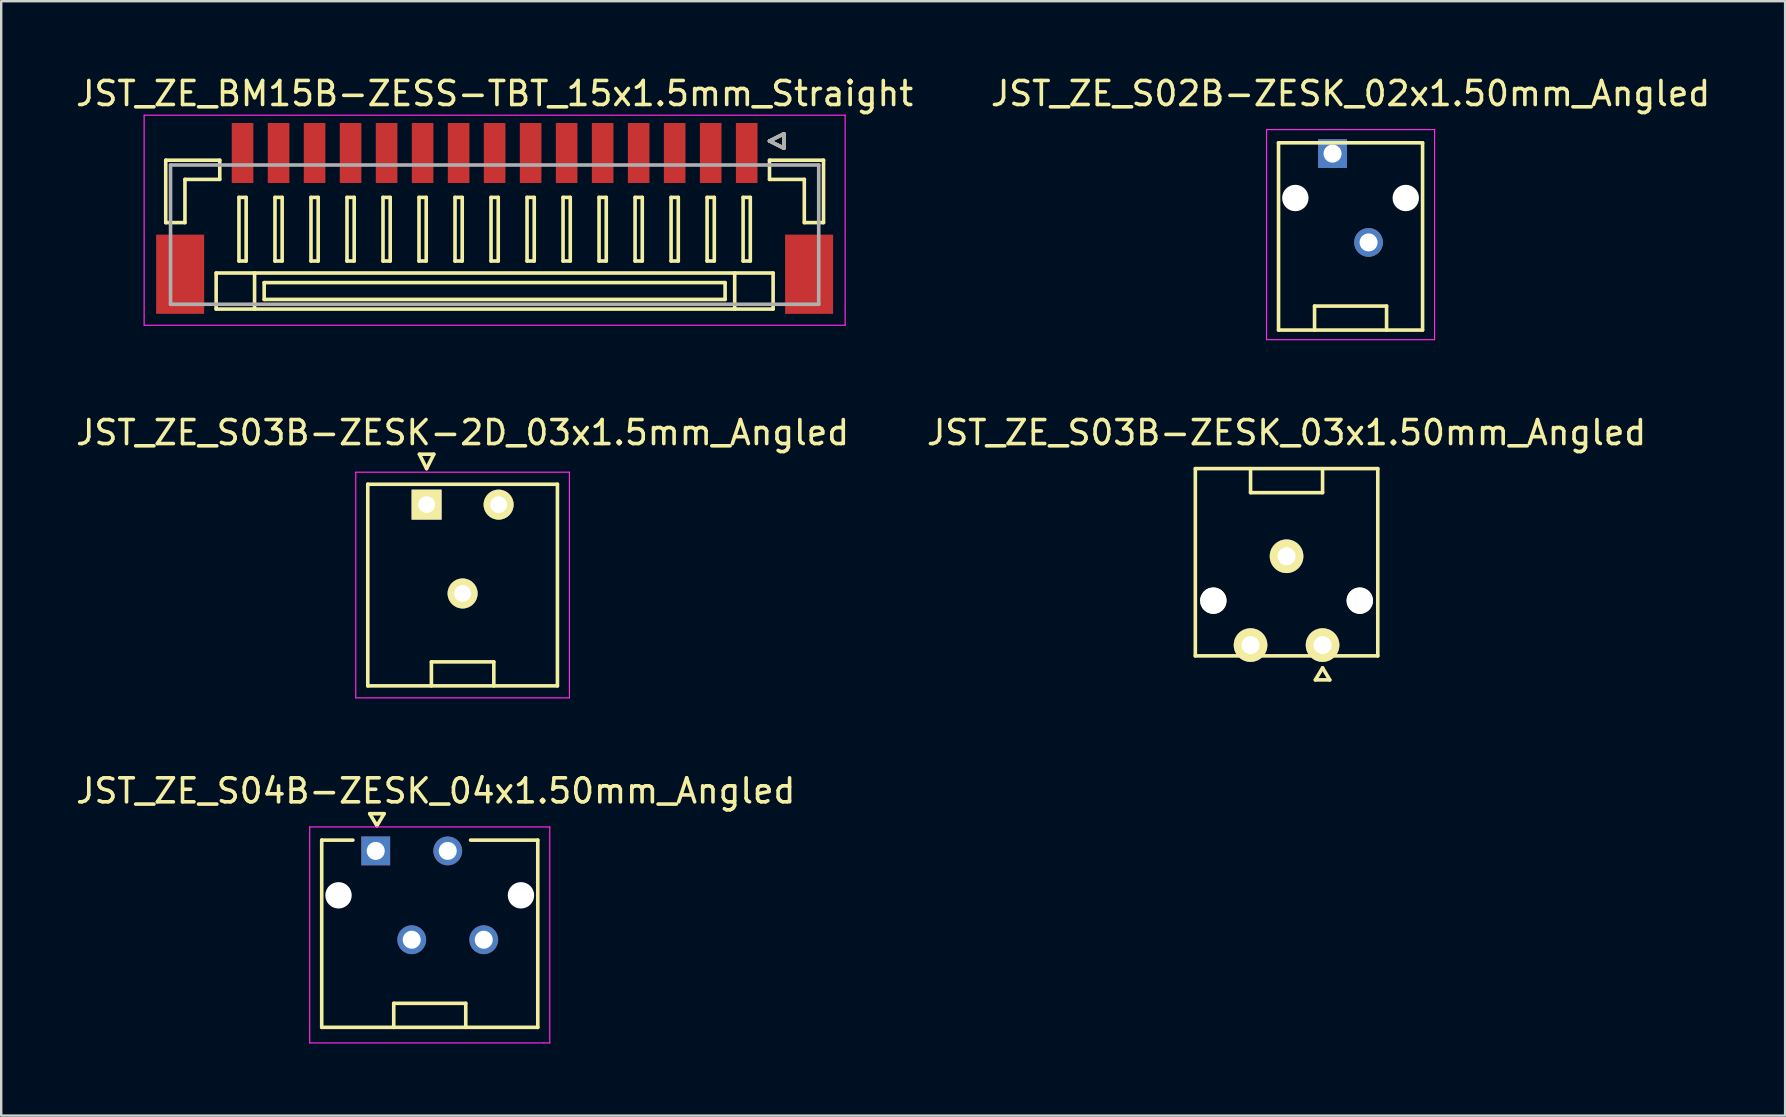
<source format=kicad_pcb>
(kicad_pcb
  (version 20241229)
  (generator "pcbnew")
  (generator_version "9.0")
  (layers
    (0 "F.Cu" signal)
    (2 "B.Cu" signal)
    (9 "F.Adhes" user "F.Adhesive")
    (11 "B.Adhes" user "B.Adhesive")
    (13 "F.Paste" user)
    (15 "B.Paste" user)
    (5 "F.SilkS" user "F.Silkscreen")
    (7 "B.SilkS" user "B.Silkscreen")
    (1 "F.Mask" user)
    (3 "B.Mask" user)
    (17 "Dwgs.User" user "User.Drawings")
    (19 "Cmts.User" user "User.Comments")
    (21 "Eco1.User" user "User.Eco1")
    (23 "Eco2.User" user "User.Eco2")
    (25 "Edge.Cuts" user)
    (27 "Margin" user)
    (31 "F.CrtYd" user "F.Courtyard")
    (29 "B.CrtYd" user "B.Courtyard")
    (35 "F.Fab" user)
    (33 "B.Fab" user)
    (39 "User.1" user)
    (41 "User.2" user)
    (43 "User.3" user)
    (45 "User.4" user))
  (footprint "JST_ZE_S04B-ZESK_04x1.50mm_Angled"
    (layer "F.Cu")
    (at 12.601 32.395)
    (property "Reference" "JST_ZE_S04B-ZESK_04x1.50mm_Angled" (at 2.5 -2.5 180) (layer "F.SilkS") (effects (font (size 1 1) (thickness 0.15))))
    (attr through_hole)
    (fp_line (start -2.25 -0.45) (end -2.25 7.35) (stroke (width 0.15) (type solid)) (layer "F.SilkS"))
    (fp_line (start -2.25 7.35) (end 6.75 7.35) (stroke (width 0.15) (type solid)) (layer "F.SilkS"))
    (fp_line (start -0.95 -0.45) (end -2.25 -0.45) (stroke (width 0.15) (type solid)) (layer "F.SilkS"))
    (fp_line (start -0.25 -1.55) (end 0.35 -1.55) (stroke (width 0.15) (type solid)) (layer "F.SilkS"))
    (fp_line (start 0.05 -1.05) (end -0.25 -1.55) (stroke (width 0.15) (type solid)) (layer "F.SilkS"))
    (fp_line (start 0.35 -1.55) (end 0.05 -1.05) (stroke (width 0.15) (type solid)) (layer "F.SilkS"))
    (fp_line (start 0.75 6.35) (end 3.75 6.35) (stroke (width 0.15) (type solid)) (layer "F.SilkS"))
    (fp_line (start 0.75 7.35) (end 0.75 6.35) (stroke (width 0.15) (type solid)) (layer "F.SilkS"))
    (fp_line (start 3.75 6.35) (end 3.75 7.35) (stroke (width 0.15) (type solid)) (layer "F.SilkS"))
    (fp_line (start 6.75 -0.45) (end 3.95 -0.45) (stroke (width 0.15) (type solid)) (layer "F.SilkS"))
    (fp_line (start 6.75 7.35) (end 6.75 -0.45) (stroke (width 0.15) (type solid)) (layer "F.SilkS"))
    (fp_line (start -2.75 -1) (end -2.75 8) (stroke (width 0.05) (type solid)) (layer "F.CrtYd"))
    (fp_line (start -2.75 8) (end 7 8) (stroke (width 0.05) (type solid)) (layer "F.CrtYd"))
    (fp_line (start 7 8) (end 7.25 8) (stroke (width 0.05) (type solid)) (layer "F.CrtYd"))
    (fp_line (start 7.25 -1) (end -2.75 -1) (stroke (width 0.05) (type solid)) (layer "F.CrtYd"))
    (fp_line (start 7.25 8) (end 7.25 -1) (stroke (width 0.05) (type solid)) (layer "F.CrtYd"))
    (pad "" np_thru_hole circle (at -1.55 1.85 180) (size 1.1 1.1) (drill 1.1) (layers "*.Cu" "*.Mask"))
    (pad "" np_thru_hole circle (at 6.05 1.85 180) (size 1.1 1.1) (drill 1.1) (layers "*.Cu" "*.Mask"))
    (pad "1" thru_hole rect (at 0 0 180) (size 1.2 1.2) (drill 0.75) (layers "*.Cu" "*.Mask"))
    (pad "2" thru_hole circle (at 1.5 3.7 180) (size 1.2 1.2) (drill 0.75) (layers "*.Cu" "*.Mask"))
    (pad "3" thru_hole circle (at 3 0 180) (size 1.2 1.2) (drill 0.75) (layers "*.Cu" "*.Mask"))
    (pad "4" thru_hole circle (at 4.5 3.7 180) (size 1.2 1.2) (drill 0.75) (layers "*.Cu" "*.Mask")))
  (footprint "JST_ZE_S03B-ZESK_03x1.50mm_Angled"
    (layer "F.Cu")
    (at 50.542 21.971)
    (property "Reference" "JST_ZE_S03B-ZESK_03x1.50mm_Angled" (at 0 -7 0) (layer "F.SilkS") (effects (font (size 1 1) (thickness 0.15))))
    (attr through_hole)
    (fp_line (start -3.8 2.3) (end -3.8 -5.5) (stroke (width 0.15) (type solid)) (layer "F.SilkS"))
    (fp_line (start -1.5 -4.5) (end -1.5 -5.5) (stroke (width 0.15) (type solid)) (layer "F.SilkS"))
    (fp_line (start 1.2 3.3) (end 1.5 2.8) (stroke (width 0.15) (type solid)) (layer "F.SilkS"))
    (fp_line (start 1.5 -5.5) (end 1.5 -4.5) (stroke (width 0.15) (type solid)) (layer "F.SilkS"))
    (fp_line (start 1.5 -4.5) (end -1.5 -4.5) (stroke (width 0.15) (type solid)) (layer "F.SilkS"))
    (fp_line (start 1.5 2.8) (end 1.8 3.3) (stroke (width 0.15) (type solid)) (layer "F.SilkS"))
    (fp_line (start 1.8 3.3) (end 1.2 3.3) (stroke (width 0.15) (type solid)) (layer "F.SilkS"))
    (fp_line (start 3.8 -5.5) (end -3.8 -5.5) (stroke (width 0.15) (type solid)) (layer "F.SilkS"))
    (fp_line (start 3.8 -5.5) (end 3.8 2.3) (stroke (width 0.15) (type solid)) (layer "F.SilkS"))
    (fp_line (start 3.8 2.3) (end -3.8 2.3) (stroke (width 0.15) (type solid)) (layer "F.SilkS"))
    (pad "" np_thru_hole circle (at -3.05 0) (size 1.1 1.1) (drill 1.1) (layers "*.Cu" "*.Mask" "F.SilkS"))
    (pad "" np_thru_hole circle (at 3.05 0) (size 1.1 1.1) (drill 1.1) (layers "*.Cu" "*.Mask" "F.SilkS"))
    (pad "1" thru_hole circle (at 1.5 1.85) (size 1.4 1.4) (drill 0.75) (layers "*.Cu" "*.Mask" "F.SilkS"))
    (pad "2" thru_hole circle (at 0 -1.85) (size 1.4 1.4) (drill 0.75) (layers "*.Cu" "*.Mask" "F.SilkS"))
    (pad "3" thru_hole circle (at -1.5 1.85) (size 1.4 1.4) (drill 0.75) (layers "*.Cu" "*.Mask" "F.SilkS")))
  (footprint "JST_ZE_BM15B-ZESS-TBT_15x1.5mm_Straight"
    (layer "F.Cu")
    (at 17.554 5.848)
    (property "Reference" "JST_ZE_BM15B-ZESS-TBT_15x1.5mm_Straight" (at 0 -5 0) (layer "F.SilkS") (effects (font (size 1 1) (thickness 0.15))))
    (attr smd)
    (fp_line (start -13.7 -2.225) (end -13.7 0.375) (stroke (width 0.15) (type solid)) (layer "F.SilkS"))
    (fp_line (start -13.7 0.375) (end -12.9 0.375) (stroke (width 0.15) (type solid)) (layer "F.SilkS"))
    (fp_line (start -12.9 -1.425) (end -11.45 -1.425) (stroke (width 0.15) (type solid)) (layer "F.SilkS"))
    (fp_line (start -12.9 0.375) (end -12.9 -1.425) (stroke (width 0.15) (type solid)) (layer "F.SilkS"))
    (fp_line (start -11.6 2.475) (end -11.6 3.975) (stroke (width 0.15) (type solid)) (layer "F.SilkS"))
    (fp_line (start -11.6 3.975) (end 11.6 3.975) (stroke (width 0.15) (type solid)) (layer "F.SilkS"))
    (fp_line (start -11.45 -2.225) (end -13.7 -2.225) (stroke (width 0.15) (type solid)) (layer "F.SilkS"))
    (fp_line (start -11.45 -1.425) (end -11.45 -2.225) (stroke (width 0.15) (type solid)) (layer "F.SilkS"))
    (fp_line (start -10.65 -0.675) (end -10.65 1.975) (stroke (width 0.15) (type solid)) (layer "F.SilkS"))
    (fp_line (start -10.65 1.975) (end -10.35 1.975) (stroke (width 0.15) (type solid)) (layer "F.SilkS"))
    (fp_line (start -10.35 -0.675) (end -10.65 -0.675) (stroke (width 0.15) (type solid)) (layer "F.SilkS"))
    (fp_line (start -10.35 1.975) (end -10.35 -0.675) (stroke (width 0.15) (type solid)) (layer "F.SilkS"))
    (fp_line (start -10 2.475) (end -10 3.975) (stroke (width 0.15) (type solid)) (layer "F.SilkS"))
    (fp_line (start -9.6 2.875) (end -9.6 3.575) (stroke (width 0.15) (type solid)) (layer "F.SilkS"))
    (fp_line (start -9.6 3.575) (end 9.6 3.575) (stroke (width 0.15) (type solid)) (layer "F.SilkS"))
    (fp_line (start -9.15 -0.675) (end -9.15 1.975) (stroke (width 0.15) (type solid)) (layer "F.SilkS"))
    (fp_line (start -9.15 1.975) (end -8.85 1.975) (stroke (width 0.15) (type solid)) (layer "F.SilkS"))
    (fp_line (start -8.85 -0.675) (end -9.15 -0.675) (stroke (width 0.15) (type solid)) (layer "F.SilkS"))
    (fp_line (start -8.85 1.975) (end -8.85 -0.675) (stroke (width 0.15) (type solid)) (layer "F.SilkS"))
    (fp_line (start -7.65 -0.675) (end -7.65 1.975) (stroke (width 0.15) (type solid)) (layer "F.SilkS"))
    (fp_line (start -7.65 1.975) (end -7.35 1.975) (stroke (width 0.15) (type solid)) (layer "F.SilkS"))
    (fp_line (start -7.35 -0.675) (end -7.65 -0.675) (stroke (width 0.15) (type solid)) (layer "F.SilkS"))
    (fp_line (start -7.35 1.975) (end -7.35 -0.675) (stroke (width 0.15) (type solid)) (layer "F.SilkS"))
    (fp_line (start -6.15 -0.675) (end -6.15 1.975) (stroke (width 0.15) (type solid)) (layer "F.SilkS"))
    (fp_line (start -6.15 1.975) (end -5.85 1.975) (stroke (width 0.15) (type solid)) (layer "F.SilkS"))
    (fp_line (start -5.85 -0.675) (end -6.15 -0.675) (stroke (width 0.15) (type solid)) (layer "F.SilkS"))
    (fp_line (start -5.85 1.975) (end -5.85 -0.675) (stroke (width 0.15) (type solid)) (layer "F.SilkS"))
    (fp_line (start -4.65 -0.675) (end -4.65 1.975) (stroke (width 0.15) (type solid)) (layer "F.SilkS"))
    (fp_line (start -4.65 1.975) (end -4.35 1.975) (stroke (width 0.15) (type solid)) (layer "F.SilkS"))
    (fp_line (start -4.35 -0.675) (end -4.65 -0.675) (stroke (width 0.15) (type solid)) (layer "F.SilkS"))
    (fp_line (start -4.35 1.975) (end -4.35 -0.675) (stroke (width 0.15) (type solid)) (layer "F.SilkS"))
    (fp_line (start -3.15 -0.675) (end -3.15 1.975) (stroke (width 0.15) (type solid)) (layer "F.SilkS"))
    (fp_line (start -3.15 1.975) (end -2.85 1.975) (stroke (width 0.15) (type solid)) (layer "F.SilkS"))
    (fp_line (start -2.85 -0.675) (end -3.15 -0.675) (stroke (width 0.15) (type solid)) (layer "F.SilkS"))
    (fp_line (start -2.85 1.975) (end -2.85 -0.675) (stroke (width 0.15) (type solid)) (layer "F.SilkS"))
    (fp_line (start -1.65 -0.675) (end -1.65 1.975) (stroke (width 0.15) (type solid)) (layer "F.SilkS"))
    (fp_line (start -1.65 1.975) (end -1.35 1.975) (stroke (width 0.15) (type solid)) (layer "F.SilkS"))
    (fp_line (start -1.35 -0.675) (end -1.65 -0.675) (stroke (width 0.15) (type solid)) (layer "F.SilkS"))
    (fp_line (start -1.35 1.975) (end -1.35 -0.675) (stroke (width 0.15) (type solid)) (layer "F.SilkS"))
    (fp_line (start -0.15 -0.675) (end -0.15 1.975) (stroke (width 0.15) (type solid)) (layer "F.SilkS"))
    (fp_line (start -0.15 1.975) (end 0.15 1.975) (stroke (width 0.15) (type solid)) (layer "F.SilkS"))
    (fp_line (start 0.15 -0.675) (end -0.15 -0.675) (stroke (width 0.15) (type solid)) (layer "F.SilkS"))
    (fp_line (start 0.15 1.975) (end 0.15 -0.675) (stroke (width 0.15) (type solid)) (layer "F.SilkS"))
    (fp_line (start 1.35 -0.675) (end 1.35 1.975) (stroke (width 0.15) (type solid)) (layer "F.SilkS"))
    (fp_line (start 1.35 1.975) (end 1.65 1.975) (stroke (width 0.15) (type solid)) (layer "F.SilkS"))
    (fp_line (start 1.65 -0.675) (end 1.35 -0.675) (stroke (width 0.15) (type solid)) (layer "F.SilkS"))
    (fp_line (start 1.65 1.975) (end 1.65 -0.675) (stroke (width 0.15) (type solid)) (layer "F.SilkS"))
    (fp_line (start 2.85 -0.675) (end 2.85 1.975) (stroke (width 0.15) (type solid)) (layer "F.SilkS"))
    (fp_line (start 2.85 1.975) (end 3.15 1.975) (stroke (width 0.15) (type solid)) (layer "F.SilkS"))
    (fp_line (start 3.15 -0.675) (end 2.85 -0.675) (stroke (width 0.15) (type solid)) (layer "F.SilkS"))
    (fp_line (start 3.15 1.975) (end 3.15 -0.675) (stroke (width 0.15) (type solid)) (layer "F.SilkS"))
    (fp_line (start 4.35 -0.675) (end 4.35 1.975) (stroke (width 0.15) (type solid)) (layer "F.SilkS"))
    (fp_line (start 4.35 1.975) (end 4.65 1.975) (stroke (width 0.15) (type solid)) (layer "F.SilkS"))
    (fp_line (start 4.65 -0.675) (end 4.35 -0.675) (stroke (width 0.15) (type solid)) (layer "F.SilkS"))
    (fp_line (start 4.65 1.975) (end 4.65 -0.675) (stroke (width 0.15) (type solid)) (layer "F.SilkS"))
    (fp_line (start 5.85 -0.675) (end 5.85 1.975) (stroke (width 0.15) (type solid)) (layer "F.SilkS"))
    (fp_line (start 5.85 1.975) (end 6.15 1.975) (stroke (width 0.15) (type solid)) (layer "F.SilkS"))
    (fp_line (start 6.15 -0.675) (end 5.85 -0.675) (stroke (width 0.15) (type solid)) (layer "F.SilkS"))
    (fp_line (start 6.15 1.975) (end 6.15 -0.675) (stroke (width 0.15) (type solid)) (layer "F.SilkS"))
    (fp_line (start 7.35 -0.675) (end 7.35 1.975) (stroke (width 0.15) (type solid)) (layer "F.SilkS"))
    (fp_line (start 7.35 1.975) (end 7.65 1.975) (stroke (width 0.15) (type solid)) (layer "F.SilkS"))
    (fp_line (start 7.65 -0.675) (end 7.35 -0.675) (stroke (width 0.15) (type solid)) (layer "F.SilkS"))
    (fp_line (start 7.65 1.975) (end 7.65 -0.675) (stroke (width 0.15) (type solid)) (layer "F.SilkS"))
    (fp_line (start 8.85 -0.675) (end 8.85 1.975) (stroke (width 0.15) (type solid)) (layer "F.SilkS"))
    (fp_line (start 8.85 1.975) (end 9.15 1.975) (stroke (width 0.15) (type solid)) (layer "F.SilkS"))
    (fp_line (start 9.15 -0.675) (end 8.85 -0.675) (stroke (width 0.15) (type solid)) (layer "F.SilkS"))
    (fp_line (start 9.15 1.975) (end 9.15 -0.675) (stroke (width 0.15) (type solid)) (layer "F.SilkS"))
    (fp_line (start 9.6 2.875) (end -9.6 2.875) (stroke (width 0.15) (type solid)) (layer "F.SilkS"))
    (fp_line (start 9.6 3.575) (end 9.6 2.875) (stroke (width 0.15) (type solid)) (layer "F.SilkS"))
    (fp_line (start 10 2.475) (end 10 3.975) (stroke (width 0.15) (type solid)) (layer "F.SilkS"))
    (fp_line (start 10.35 -0.675) (end 10.35 1.975) (stroke (width 0.15) (type solid)) (layer "F.SilkS"))
    (fp_line (start 10.35 1.975) (end 10.65 1.975) (stroke (width 0.15) (type solid)) (layer "F.SilkS"))
    (fp_line (start 10.65 -0.675) (end 10.35 -0.675) (stroke (width 0.15) (type solid)) (layer "F.SilkS"))
    (fp_line (start 10.65 1.975) (end 10.65 -0.675) (stroke (width 0.15) (type solid)) (layer "F.SilkS"))
    (fp_line (start 11.45 -3.025) (end 12.05 -3.325) (stroke (width 0.15) (type solid)) (layer "F.SilkS"))
    (fp_line (start 11.45 -2.225) (end 13.7 -2.225) (stroke (width 0.15) (type solid)) (layer "F.SilkS"))
    (fp_line (start 11.45 -1.425) (end 11.45 -2.225) (stroke (width 0.15) (type solid)) (layer "F.SilkS"))
    (fp_line (start 11.6 2.475) (end -11.6 2.475) (stroke (width 0.15) (type solid)) (layer "F.SilkS"))
    (fp_line (start 11.6 3.975) (end 11.6 2.475) (stroke (width 0.15) (type solid)) (layer "F.SilkS"))
    (fp_line (start 12.05 -3.325) (end 12.05 -2.725) (stroke (width 0.15) (type solid)) (layer "F.SilkS"))
    (fp_line (start 12.05 -2.725) (end 11.45 -3.025) (stroke (width 0.15) (type solid)) (layer "F.SilkS"))
    (fp_line (start 12.9 -1.425) (end 11.45 -1.425) (stroke (width 0.15) (type solid)) (layer "F.SilkS"))
    (fp_line (start 12.9 0.375) (end 12.9 -1.425) (stroke (width 0.15) (type solid)) (layer "F.SilkS"))
    (fp_line (start 13.7 -2.225) (end 13.7 0.375) (stroke (width 0.15) (type solid)) (layer "F.SilkS"))
    (fp_line (start 13.7 0.375) (end 12.9 0.375) (stroke (width 0.15) (type solid)) (layer "F.SilkS"))
    (fp_line (start -14.6 -4.1) (end -14.6 4.65) (stroke (width 0.05) (type solid)) (layer "F.CrtYd"))
    (fp_line (start -14.6 4.65) (end 14.6 4.65) (stroke (width 0.05) (type solid)) (layer "F.CrtYd"))
    (fp_line (start 14.6 -4.1) (end -14.6 -4.1) (stroke (width 0.05) (type solid)) (layer "F.CrtYd"))
    (fp_line (start 14.6 4.65) (end 14.6 -4.1) (stroke (width 0.05) (type solid)) (layer "F.CrtYd"))
    (fp_line (start -13.5 -2.025) (end -13.5 3.775) (stroke (width 0.15) (type solid)) (layer "F.Fab"))
    (fp_line (start -13.5 3.775) (end 13.5 3.775) (stroke (width 0.15) (type solid)) (layer "F.Fab"))
    (fp_line (start 11.45 -3.025) (end 12.05 -3.325) (stroke (width 0.15) (type solid)) (layer "F.Fab"))
    (fp_line (start 12.05 -3.325) (end 12.05 -2.725) (stroke (width 0.15) (type solid)) (layer "F.Fab"))
    (fp_line (start 12.05 -2.725) (end 11.45 -3.025) (stroke (width 0.15) (type solid)) (layer "F.Fab"))
    (fp_line (start 13.5 -2.025) (end -13.5 -2.025) (stroke (width 0.15) (type solid)) (layer "F.Fab"))
    (fp_line (start 13.5 3.775) (end 13.5 -2.025) (stroke (width 0.15) (type solid)) (layer "F.Fab"))
    (pad "" smd rect (at -13.1 2.525) (size 2 3.3) (layers "F.Cu" "F.Mask" "F.Paste"))
    (pad "" smd rect (at 13.1 2.525) (size 2 3.3) (layers "F.Cu" "F.Mask" "F.Paste"))
    (pad "1" smd rect (at 10.5 -2.525) (size 0.9 2.5) (layers "F.Cu" "F.Mask" "F.Paste"))
    (pad "2" smd rect (at 9 -2.525) (size 0.9 2.5) (layers "F.Cu" "F.Mask" "F.Paste"))
    (pad "3" smd rect (at 7.5 -2.525) (size 0.9 2.5) (layers "F.Cu" "F.Mask" "F.Paste"))
    (pad "4" smd rect (at 6 -2.525) (size 0.9 2.5) (layers "F.Cu" "F.Mask" "F.Paste"))
    (pad "5" smd rect (at 4.5 -2.525) (size 0.9 2.5) (layers "F.Cu" "F.Mask" "F.Paste"))
    (pad "6" smd rect (at 3 -2.525) (size 0.9 2.5) (layers "F.Cu" "F.Mask" "F.Paste"))
    (pad "7" smd rect (at 1.5 -2.525) (size 0.9 2.5) (layers "F.Cu" "F.Mask" "F.Paste"))
    (pad "8" smd rect (at 0 -2.525) (size 0.9 2.5) (layers "F.Cu" "F.Mask" "F.Paste"))
    (pad "9" smd rect (at -1.5 -2.525) (size 0.9 2.5) (layers "F.Cu" "F.Mask" "F.Paste"))
    (pad "10" smd rect (at -3 -2.525) (size 0.9 2.5) (layers "F.Cu" "F.Mask" "F.Paste"))
    (pad "11" smd rect (at -4.5 -2.525) (size 0.9 2.5) (layers "F.Cu" "F.Mask" "F.Paste"))
    (pad "12" smd rect (at -6 -2.525) (size 0.9 2.5) (layers "F.Cu" "F.Mask" "F.Paste"))
    (pad "13" smd rect (at -7.5 -2.525) (size 0.9 2.5) (layers "F.Cu" "F.Mask" "F.Paste"))
    (pad "14" smd rect (at -9 -2.525) (size 0.9 2.5) (layers "F.Cu" "F.Mask" "F.Paste"))
    (pad "15" smd rect (at -10.5 -2.525) (size 0.9 2.5) (layers "F.Cu" "F.Mask" "F.Paste")))
  (footprint "JST_ZE_S03B-ZESK-2D_03x1.5mm_Angled"
    (layer "F.Cu")
    (at 14.72 17.971)
    (property "Reference" "JST_ZE_S03B-ZESK-2D_03x1.5mm_Angled" (at 1.5 -3 0) (layer "F.SilkS") (effects (font (size 1 1) (thickness 0.15))))
    (attr through_hole)
    (fp_line (start -2.45 -0.85) (end -2.45 7.55) (stroke (width 0.15) (type solid)) (layer "F.SilkS"))
    (fp_line (start -2.45 7.55) (end 5.45 7.55) (stroke (width 0.15) (type solid)) (layer "F.SilkS"))
    (fp_line (start -0.3 -2.1) (end 0.3 -2.1) (stroke (width 0.15) (type solid)) (layer "F.SilkS"))
    (fp_line (start 0 -1.5) (end -0.3 -2.1) (stroke (width 0.15) (type solid)) (layer "F.SilkS"))
    (fp_line (start 0.2 6.55) (end 2.8 6.55) (stroke (width 0.15) (type solid)) (layer "F.SilkS"))
    (fp_line (start 0.2 7.55) (end 0.2 6.55) (stroke (width 0.15) (type solid)) (layer "F.SilkS"))
    (fp_line (start 0.3 -2.1) (end 0 -1.5) (stroke (width 0.15) (type solid)) (layer "F.SilkS"))
    (fp_line (start 2.8 6.55) (end 2.8 7.55) (stroke (width 0.15) (type solid)) (layer "F.SilkS"))
    (fp_line (start 5.45 -0.85) (end -2.45 -0.85) (stroke (width 0.15) (type solid)) (layer "F.SilkS"))
    (fp_line (start 5.45 7.55) (end 5.45 -0.85) (stroke (width 0.15) (type solid)) (layer "F.SilkS"))
    (fp_line (start -2.95 -1.35) (end -2.95 8.05) (stroke (width 0.05) (type solid)) (layer "F.CrtYd"))
    (fp_line (start -2.95 8.05) (end 5.95 8.05) (stroke (width 0.05) (type solid)) (layer "F.CrtYd"))
    (fp_line (start 5.95 -1.35) (end -2.95 -1.35) (stroke (width 0.05) (type solid)) (layer "F.CrtYd"))
    (fp_line (start 5.95 8.05) (end 5.95 -1.35) (stroke (width 0.05) (type solid)) (layer "F.CrtYd"))
    (pad "1" thru_hole rect (at 0 0) (size 1.25 1.25) (drill 0.7) (layers "*.Cu" "*.Mask" "F.SilkS"))
    (pad "2" thru_hole circle (at 1.5 3.7) (size 1.25 1.25) (drill 0.7) (layers "*.Cu" "*.Mask" "F.SilkS"))
    (pad "3" thru_hole circle (at 3 0) (size 1.25 1.25) (drill 0.7) (layers "*.Cu" "*.Mask" "F.SilkS")))
  (footprint "JST_ZE_S02B-ZESK_02x1.50mm_Angled"
    (layer "F.Cu")
    (at 52.458 3.348)
    (property "Reference" "JST_ZE_S02B-ZESK_02x1.50mm_Angled" (at 0.75 -2.5 180) (layer "F.SilkS") (effects (font (size 1 1) (thickness 0.15))))
    (attr through_hole)
    (fp_line (start -2.25 -0.45) (end -2.25 7.35) (stroke (width 0.15) (type solid)) (layer "F.SilkS"))
    (fp_line (start -2.25 -0.45) (end 3.75 -0.45) (stroke (width 0.15) (type solid)) (layer "F.SilkS"))
    (fp_line (start -2.25 7.35) (end -0.75 7.35) (stroke (width 0.15) (type solid)) (layer "F.SilkS"))
    (fp_line (start -0.75 6.35) (end 2.25 6.35) (stroke (width 0.15) (type solid)) (layer "F.SilkS"))
    (fp_line (start -0.75 7.35) (end -0.75 6.35) (stroke (width 0.15) (type solid)) (layer "F.SilkS"))
    (fp_line (start 2.25 6.35) (end 2.25 7.35) (stroke (width 0.15) (type solid)) (layer "F.SilkS"))
    (fp_line (start 2.25 7.35) (end -0.75 7.35) (stroke (width 0.15) (type solid)) (layer "F.SilkS"))
    (fp_line (start 2.25 7.35) (end 3.75 7.35) (stroke (width 0.15) (type solid)) (layer "F.SilkS"))
    (fp_line (start 3.75 7.35) (end 3.75 -0.45) (stroke (width 0.15) (type solid)) (layer "F.SilkS"))
    (fp_line (start -2.75 -1) (end -2.75 7.75) (stroke (width 0.05) (type solid)) (layer "F.CrtYd"))
    (fp_line (start -2.75 7.75) (end 4.25 7.75) (stroke (width 0.05) (type solid)) (layer "F.CrtYd"))
    (fp_line (start 4.25 -1) (end -2.75 -1) (stroke (width 0.05) (type solid)) (layer "F.CrtYd"))
    (fp_line (start 4.25 7.75) (end 4.25 -1) (stroke (width 0.05) (type solid)) (layer "F.CrtYd"))
    (pad "" np_thru_hole circle (at -1.55 1.85 180) (size 1.1 1.1) (drill 1.1) (layers "*.Cu" "*.Mask"))
    (pad "" np_thru_hole circle (at 3.05 1.85 180) (size 1.1 1.1) (drill 1.1) (layers "*.Cu" "*.Mask"))
    (pad "1" thru_hole rect (at 0 0 180) (size 1.2 1.2) (drill 0.75) (layers "*.Cu" "*.Mask"))
    (pad "2" thru_hole circle (at 1.5 3.7 180) (size 1.2 1.2) (drill 0.75) (layers "*.Cu" "*.Mask")))
  (gr_rect
    (start -3 -3)
    (end 71.31 43.42)
    (stroke (width 0.1) (type default))
    (fill no)
    (layer "Edge.Cuts")))
</source>
